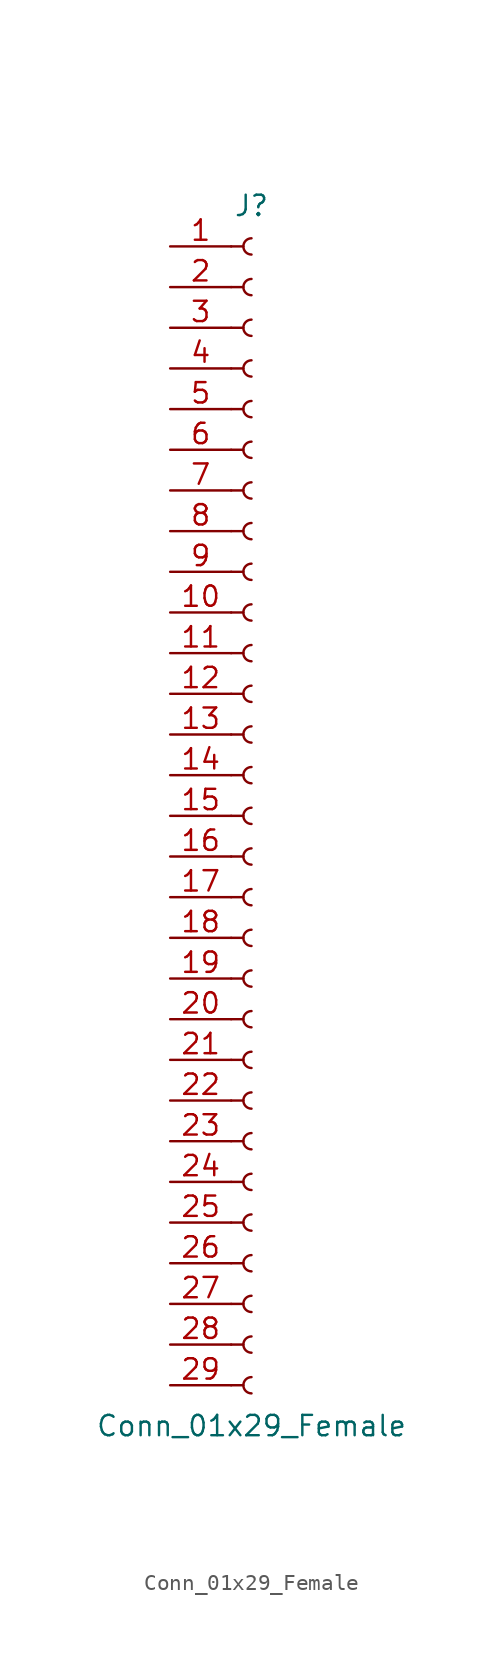
<source format=kicad_sym>
(kicad_symbol_lib
  (version 20220914)
  (generator kicad_symbol_editor)
  (symbol "Conn_01x29_Female"
    (pin_names
      (offset 1.016) hide)
    (property "Reference" "J"
      (at 0 38.1 0)
      (effects (font (size 1.27 1.27))))
    (property "Value" "Conn_01x29_Female"
      (at 0 -38.1 0)
      (effects (font (size 1.27 1.27))))
    (symbol "Conn_01x29_Female_1_1"
      (arc (start 0 -35.052) (mid -0.5058 -35.56) (end 0 -36.068) (stroke (width 0.1524) (type solid)) (fill (type none)))
      (arc (start 0 -32.512) (mid -0.5058 -33.02) (end 0 -33.528) (stroke (width 0.1524) (type solid)) (fill (type none)))
      (arc (start 0 -29.972) (mid -0.5058 -30.48) (end 0 -30.988) (stroke (width 0.1524) (type solid)) (fill (type none)))
      (arc (start 0 -27.432) (mid -0.5058 -27.94) (end 0 -28.448) (stroke (width 0.1524) (type solid)) (fill (type none)))
      (arc (start 0 -24.892) (mid -0.5058 -25.4) (end 0 -25.908) (stroke (width 0.1524) (type solid)) (fill (type none)))
      (arc (start 0 -22.352) (mid -0.5058 -22.86) (end 0 -23.368) (stroke (width 0.1524) (type solid)) (fill (type none)))
      (arc (start 0 -19.812) (mid -0.5058 -20.32) (end 0 -20.828) (stroke (width 0.1524) (type solid)) (fill (type none)))
      (arc (start 0 -17.272) (mid -0.5058 -17.78) (end 0 -18.288) (stroke (width 0.1524) (type solid)) (fill (type none)))
      (arc (start 0 -14.732) (mid -0.5058 -15.24) (end 0 -15.748) (stroke (width 0.1524) (type solid)) (fill (type none)))
      (arc (start 0 -12.192) (mid -0.5058 -12.7) (end 0 -13.208) (stroke (width 0.1524) (type solid)) (fill (type none)))
      (arc (start 0 -9.652) (mid -0.5058 -10.16) (end 0 -10.668) (stroke (width 0.1524) (type solid)) (fill (type none)))
      (arc (start 0 -7.112) (mid -0.5058 -7.62) (end 0 -8.128) (stroke (width 0.1524) (type solid)) (fill (type none)))
      (arc (start 0 -4.572) (mid -0.5058 -5.08) (end 0 -5.588) (stroke (width 0.1524) (type solid)) (fill (type none)))
      (arc (start 0 -2.032) (mid -0.5058 -2.54) (end 0 -3.048) (stroke (width 0.1524) (type solid)) (fill (type none)))
      (polyline (pts (xy -1.27 -35.56) (xy -0.508 -35.56)) (stroke (width 0.152) (type solid)) (fill (type none)))
      (polyline (pts (xy -1.27 -33.02) (xy -0.508 -33.02)) (stroke (width 0.152) (type solid)) (fill (type none)))
      (polyline (pts (xy -1.27 -30.48) (xy -0.508 -30.48)) (stroke (width 0.152) (type solid)) (fill (type none)))
      (polyline (pts (xy -1.27 -27.94) (xy -0.508 -27.94)) (stroke (width 0.152) (type solid)) (fill (type none)))
      (polyline (pts (xy -1.27 -25.4) (xy -0.508 -25.4)) (stroke (width 0.152) (type solid)) (fill (type none)))
      (polyline (pts (xy -1.27 -22.86) (xy -0.508 -22.86)) (stroke (width 0.152) (type solid)) (fill (type none)))
      (polyline (pts (xy -1.27 -20.32) (xy -0.508 -20.32)) (stroke (width 0.152) (type solid)) (fill (type none)))
      (polyline (pts (xy -1.27 -17.78) (xy -0.508 -17.78)) (stroke (width 0.152) (type solid)) (fill (type none)))
      (polyline (pts (xy -1.27 -15.24) (xy -0.508 -15.24)) (stroke (width 0.152) (type solid)) (fill (type none)))
      (polyline (pts (xy -1.27 -12.7) (xy -0.508 -12.7)) (stroke (width 0.152) (type solid)) (fill (type none)))
      (polyline (pts (xy -1.27 -10.16) (xy -0.508 -10.16)) (stroke (width 0.152) (type solid)) (fill (type none)))
      (polyline (pts (xy -1.27 -7.62) (xy -0.508 -7.62)) (stroke (width 0.152) (type solid)) (fill (type none)))
      (polyline (pts (xy -1.27 -5.08) (xy -0.508 -5.08)) (stroke (width 0.152) (type solid)) (fill (type none)))
      (polyline (pts (xy -1.27 -2.54) (xy -0.508 -2.54)) (stroke (width 0.152) (type solid)) (fill (type none)))
      (polyline (pts (xy -1.27 0) (xy -0.508 0)) (stroke (width 0.152) (type solid)) (fill (type none)))
      (polyline (pts (xy -1.27 2.54) (xy -0.508 2.54)) (stroke (width 0.152) (type solid)) (fill (type none)))
      (polyline (pts (xy -1.27 5.08) (xy -0.508 5.08)) (stroke (width 0.152) (type solid)) (fill (type none)))
      (polyline (pts (xy -1.27 7.62) (xy -0.508 7.62)) (stroke (width 0.152) (type solid)) (fill (type none)))
      (polyline (pts (xy -1.27 10.16) (xy -0.508 10.16)) (stroke (width 0.152) (type solid)) (fill (type none)))
      (polyline (pts (xy -1.27 12.7) (xy -0.508 12.7)) (stroke (width 0.152) (type solid)) (fill (type none)))
      (polyline (pts (xy -1.27 15.24) (xy -0.508 15.24)) (stroke (width 0.152) (type solid)) (fill (type none)))
      (polyline (pts (xy -1.27 17.78) (xy -0.508 17.78)) (stroke (width 0.152) (type solid)) (fill (type none)))
      (polyline (pts (xy -1.27 20.32) (xy -0.508 20.32)) (stroke (width 0.152) (type solid)) (fill (type none)))
      (polyline (pts (xy -1.27 22.86) (xy -0.508 22.86)) (stroke (width 0.152) (type solid)) (fill (type none)))
      (polyline (pts (xy -1.27 25.4) (xy -0.508 25.4)) (stroke (width 0.152) (type solid)) (fill (type none)))
      (polyline (pts (xy -1.27 27.94) (xy -0.508 27.94)) (stroke (width 0.152) (type solid)) (fill (type none)))
      (polyline (pts (xy -1.27 30.48) (xy -0.508 30.48)) (stroke (width 0.152) (type solid)) (fill (type none)))
      (polyline (pts (xy -1.27 33.02) (xy -0.508 33.02)) (stroke (width 0.152) (type solid)) (fill (type none)))
      (polyline (pts (xy -1.27 35.56) (xy -0.508 35.56)) (stroke (width 0.152) (type solid)) (fill (type none)))
      (arc (start 0 0.508) (mid -0.5058 0) (end 0 -0.508) (stroke (width 0.1524) (type solid)) (fill (type none)))
      (arc (start 0 3.048) (mid -0.5058 2.54) (end 0 2.032) (stroke (width 0.1524) (type solid)) (fill (type none)))
      (arc (start 0 5.588) (mid -0.5058 5.08) (end 0 4.572) (stroke (width 0.1524) (type solid)) (fill (type none)))
      (arc (start 0 8.128) (mid -0.5058 7.62) (end 0 7.112) (stroke (width 0.1524) (type solid)) (fill (type none)))
      (arc (start 0 10.668) (mid -0.5058 10.16) (end 0 9.652) (stroke (width 0.1524) (type solid)) (fill (type none)))
      (arc (start 0 13.208) (mid -0.5058 12.7) (end 0 12.192) (stroke (width 0.1524) (type solid)) (fill (type none)))
      (arc (start 0 15.748) (mid -0.5058 15.24) (end 0 14.732) (stroke (width 0.1524) (type solid)) (fill (type none)))
      (arc (start 0 18.288) (mid -0.5058 17.78) (end 0 17.272) (stroke (width 0.1524) (type solid)) (fill (type none)))
      (arc (start 0 20.828) (mid -0.5058 20.32) (end 0 19.812) (stroke (width 0.1524) (type solid)) (fill (type none)))
      (arc (start 0 23.368) (mid -0.5058 22.86) (end 0 22.352) (stroke (width 0.1524) (type solid)) (fill (type none)))
      (arc (start 0 25.908) (mid -0.5058 25.4) (end 0 24.892) (stroke (width 0.1524) (type solid)) (fill (type none)))
      (arc (start 0 28.448) (mid -0.5058 27.94) (end 0 27.432) (stroke (width 0.1524) (type solid)) (fill (type none)))
      (arc (start 0 30.988) (mid -0.5058 30.48) (end 0 29.972) (stroke (width 0.1524) (type solid)) (fill (type none)))
      (arc (start 0 33.528) (mid -0.5058 33.02) (end 0 32.512) (stroke (width 0.1524) (type solid)) (fill (type none)))
      (arc (start 0 36.068) (mid -0.5058 35.56) (end 0 35.052) (stroke (width 0.1524) (type solid)) (fill (type none)))
      (pin passive line (at -5.08 35.56 0) (length 3.81) (name "Pin_1" (effects (font (size 1.27 1.27)))) (number "1" (effects (font (size 1.27 1.27)))))
      (pin passive line (at -5.08 12.7 0) (length 3.81) (name "Pin_10" (effects (font (size 1.27 1.27)))) (number "10" (effects (font (size 1.27 1.27)))))
      (pin passive line (at -5.08 10.16 0) (length 3.81) (name "Pin_11" (effects (font (size 1.27 1.27)))) (number "11" (effects (font (size 1.27 1.27)))))
      (pin passive line (at -5.08 7.62 0) (length 3.81) (name "Pin_12" (effects (font (size 1.27 1.27)))) (number "12" (effects (font (size 1.27 1.27)))))
      (pin passive line (at -5.08 5.08 0) (length 3.81) (name "Pin_13" (effects (font (size 1.27 1.27)))) (number "13" (effects (font (size 1.27 1.27)))))
      (pin passive line (at -5.08 2.54 0) (length 3.81) (name "Pin_14" (effects (font (size 1.27 1.27)))) (number "14" (effects (font (size 1.27 1.27)))))
      (pin passive line (at -5.08 0 0) (length 3.81) (name "Pin_15" (effects (font (size 1.27 1.27)))) (number "15" (effects (font (size 1.27 1.27)))))
      (pin passive line (at -5.08 -2.54 0) (length 3.81) (name "Pin_16" (effects (font (size 1.27 1.27)))) (number "16" (effects (font (size 1.27 1.27)))))
      (pin passive line (at -5.08 -5.08 0) (length 3.81) (name "Pin_17" (effects (font (size 1.27 1.27)))) (number "17" (effects (font (size 1.27 1.27)))))
      (pin passive line (at -5.08 -7.62 0) (length 3.81) (name "Pin_18" (effects (font (size 1.27 1.27)))) (number "18" (effects (font (size 1.27 1.27)))))
      (pin passive line (at -5.08 -10.16 0) (length 3.81) (name "Pin_19" (effects (font (size 1.27 1.27)))) (number "19" (effects (font (size 1.27 1.27)))))
      (pin passive line (at -5.08 33.02 0) (length 3.81) (name "Pin_2" (effects (font (size 1.27 1.27)))) (number "2" (effects (font (size 1.27 1.27)))))
      (pin passive line (at -5.08 -12.7 0) (length 3.81) (name "Pin_20" (effects (font (size 1.27 1.27)))) (number "20" (effects (font (size 1.27 1.27)))))
      (pin passive line (at -5.08 -15.24 0) (length 3.81) (name "Pin_21" (effects (font (size 1.27 1.27)))) (number "21" (effects (font (size 1.27 1.27)))))
      (pin passive line (at -5.08 -17.78 0) (length 3.81) (name "Pin_22" (effects (font (size 1.27 1.27)))) (number "22" (effects (font (size 1.27 1.27)))))
      (pin passive line (at -5.08 -20.32 0) (length 3.81) (name "Pin_23" (effects (font (size 1.27 1.27)))) (number "23" (effects (font (size 1.27 1.27)))))
      (pin passive line (at -5.08 -22.86 0) (length 3.81) (name "Pin_24" (effects (font (size 1.27 1.27)))) (number "24" (effects (font (size 1.27 1.27)))))
      (pin passive line (at -5.08 -25.4 0) (length 3.81) (name "Pin_25" (effects (font (size 1.27 1.27)))) (number "25" (effects (font (size 1.27 1.27)))))
      (pin passive line (at -5.08 -27.94 0) (length 3.81) (name "Pin_26" (effects (font (size 1.27 1.27)))) (number "26" (effects (font (size 1.27 1.27)))))
      (pin passive line (at -5.08 -30.48 0) (length 3.81) (name "Pin_27" (effects (font (size 1.27 1.27)))) (number "27" (effects (font (size 1.27 1.27)))))
      (pin passive line (at -5.08 -33.02 0) (length 3.81) (name "Pin_28" (effects (font (size 1.27 1.27)))) (number "28" (effects (font (size 1.27 1.27)))))
      (pin passive line (at -5.08 -35.56 0) (length 3.81) (name "Pin_29" (effects (font (size 1.27 1.27)))) (number "29" (effects (font (size 1.27 1.27)))))
      (pin passive line (at -5.08 30.48 0) (length 3.81) (name "Pin_3" (effects (font (size 1.27 1.27)))) (number "3" (effects (font (size 1.27 1.27)))))
      (pin passive line (at -5.08 27.94 0) (length 3.81) (name "Pin_4" (effects (font (size 1.27 1.27)))) (number "4" (effects (font (size 1.27 1.27)))))
      (pin passive line (at -5.08 25.4 0) (length 3.81) (name "Pin_5" (effects (font (size 1.27 1.27)))) (number "5" (effects (font (size 1.27 1.27)))))
      (pin passive line (at -5.08 22.86 0) (length 3.81) (name "Pin_6" (effects (font (size 1.27 1.27)))) (number "6" (effects (font (size 1.27 1.27)))))
      (pin passive line (at -5.08 20.32 0) (length 3.81) (name "Pin_7" (effects (font (size 1.27 1.27)))) (number "7" (effects (font (size 1.27 1.27)))))
      (pin passive line (at -5.08 17.78 0) (length 3.81) (name "Pin_8" (effects (font (size 1.27 1.27)))) (number "8" (effects (font (size 1.27 1.27)))))
      (pin passive line (at -5.08 15.24 0) (length 3.81) (name "Pin_9" (effects (font (size 1.27 1.27)))) (number "9" (effects (font (size 1.27 1.27))))))))
</source>
